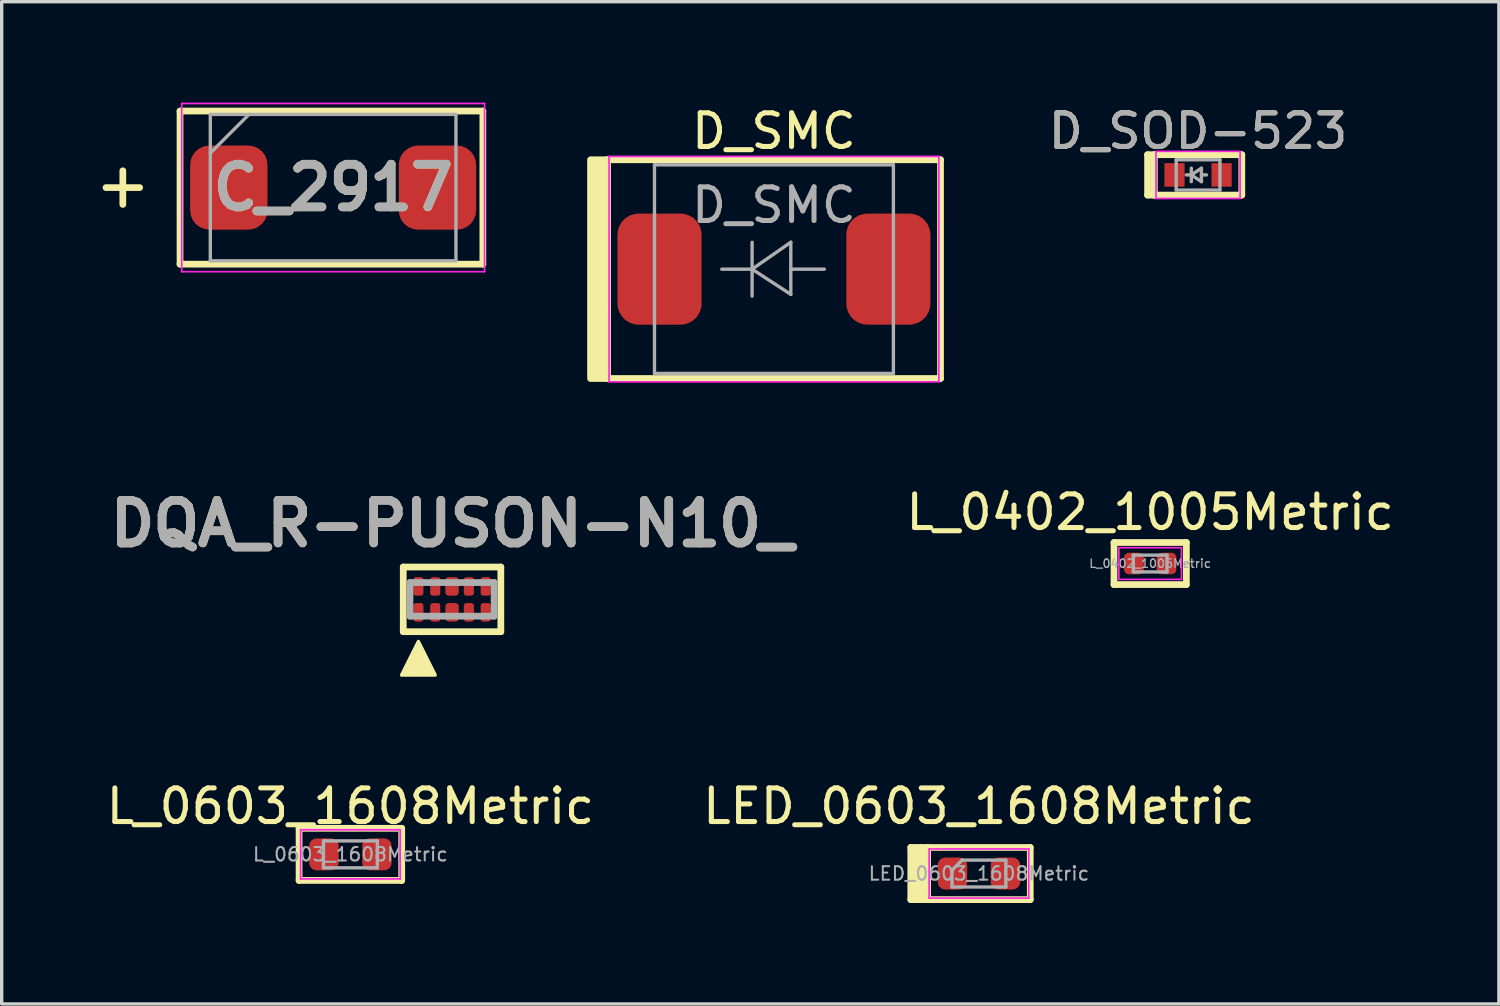
<source format=kicad_pcb>
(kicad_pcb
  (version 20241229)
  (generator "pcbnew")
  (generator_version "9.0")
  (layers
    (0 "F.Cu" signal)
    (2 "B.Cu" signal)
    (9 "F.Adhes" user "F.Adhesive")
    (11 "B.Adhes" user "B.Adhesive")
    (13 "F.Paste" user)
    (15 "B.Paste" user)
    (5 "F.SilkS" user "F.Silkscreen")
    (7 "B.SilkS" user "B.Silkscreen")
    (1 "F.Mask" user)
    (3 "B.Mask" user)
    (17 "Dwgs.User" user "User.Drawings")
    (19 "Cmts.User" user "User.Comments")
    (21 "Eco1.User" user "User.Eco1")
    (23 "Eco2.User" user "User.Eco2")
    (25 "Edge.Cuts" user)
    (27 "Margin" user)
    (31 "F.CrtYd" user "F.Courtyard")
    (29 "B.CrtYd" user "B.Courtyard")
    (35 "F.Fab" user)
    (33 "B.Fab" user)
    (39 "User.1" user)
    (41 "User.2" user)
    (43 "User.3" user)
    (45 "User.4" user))
  (footprint "LED_0603_1608Metric"
    (layer "F.Cu")
    (at 26.042 22.91)
    (property "Reference" "LED_0603_1608Metric" (at 0 -2 0) (layer "F.SilkS") (effects (font (size 1 1) (thickness 0.15))))
    (attr smd)
    (fp_line (start -2.025 -0.775) (end -2.025 0.775) (stroke (width 0.2) (type solid)) (layer "F.SilkS"))
    (fp_line (start -2.025 0.775) (end 1.525 0.775) (stroke (width 0.2) (type solid)) (layer "F.SilkS"))
    (fp_line (start -1.85 -0.775) (end -1.85 0.775) (stroke (width 0.2) (type solid)) (layer "F.SilkS"))
    (fp_line (start -1.7 -0.775) (end -1.7 0.775) (stroke (width 0.2) (type solid)) (layer "F.SilkS"))
    (fp_line (start -1.525 -0.775) (end -2.025 -0.775) (stroke (width 0.2) (type solid)) (layer "F.SilkS"))
    (fp_line (start -1.525 -0.775) (end -1.525 0.775) (stroke (width 0.2) (type solid)) (layer "F.SilkS"))
    (fp_line (start 1.525 -0.775) (end -1.5 -0.775) (stroke (width 0.2) (type solid)) (layer "F.SilkS"))
    (fp_line (start 1.525 -0.775) (end 1.525 0.775) (stroke (width 0.2) (type solid)) (layer "F.SilkS"))
    (fp_line (start -1.48 -0.73) (end 1.48 -0.73) (stroke (width 0.05) (type solid)) (layer "F.CrtYd"))
    (fp_line (start -1.48 0.73) (end -1.48 -0.73) (stroke (width 0.05) (type solid)) (layer "F.CrtYd"))
    (fp_line (start 1.48 -0.73) (end 1.48 0.73) (stroke (width 0.05) (type solid)) (layer "F.CrtYd"))
    (fp_line (start 1.48 0.73) (end -1.48 0.73) (stroke (width 0.05) (type solid)) (layer "F.CrtYd"))
    (fp_line (start -0.8 -0.1) (end -0.8 0.4) (stroke (width 0.1) (type solid)) (layer "F.Fab"))
    (fp_line (start -0.8 0.4) (end 0.8 0.4) (stroke (width 0.1) (type solid)) (layer "F.Fab"))
    (fp_line (start -0.5 -0.4) (end -0.8 -0.1) (stroke (width 0.1) (type solid)) (layer "F.Fab"))
    (fp_line (start 0.8 -0.4) (end -0.5 -0.4) (stroke (width 0.1) (type solid)) (layer "F.Fab"))
    (fp_line (start 0.8 0.4) (end 0.8 -0.4) (stroke (width 0.1) (type solid)) (layer "F.Fab"))
    (fp_text user "${REFERENCE}" (at 0 0 0) (layer "F.Fab") (effects (font (size 0.4 0.4) (thickness 0.06))))
    (pad "1" smd roundrect (at -0.787 0) (size 0.875 0.95) (layers "F.Cu" "F.Mask" "F.Paste") (roundrect_rratio 0.25))
    (pad "2" smd roundrect (at 0.787 0) (size 0.875 0.95) (layers "F.Cu" "F.Mask" "F.Paste") (roundrect_rratio 0.25)))
  (footprint "L_0402_1005Metric"
    (layer "F.Cu")
    (at 31.131 13.697)
    (property "Reference" "L_0402_1005Metric" (at 0 -1.525 0) (layer "F.SilkS") (effects (font (size 1 1) (thickness 0.15))))
    (attr smd)
    (fp_line (start -1.075 -0.625) (end 1.075 -0.625) (stroke (width 0.2) (type solid)) (layer "F.SilkS"))
    (fp_line (start -1.075 0.625) (end -1.075 -0.625) (stroke (width 0.2) (type solid)) (layer "F.SilkS"))
    (fp_line (start 1.075 -0.625) (end 1.075 0.625) (stroke (width 0.2) (type solid)) (layer "F.SilkS"))
    (fp_line (start 1.075 0.625) (end -1.075 0.625) (stroke (width 0.2) (type solid)) (layer "F.SilkS"))
    (fp_line (start -0.93 -0.47) (end 0.93 -0.47) (stroke (width 0.05) (type solid)) (layer "F.CrtYd"))
    (fp_line (start -0.93 0.47) (end -0.93 -0.47) (stroke (width 0.05) (type solid)) (layer "F.CrtYd"))
    (fp_line (start 0.93 -0.47) (end 0.93 0.47) (stroke (width 0.05) (type solid)) (layer "F.CrtYd"))
    (fp_line (start 0.93 0.47) (end -0.93 0.47) (stroke (width 0.05) (type solid)) (layer "F.CrtYd"))
    (fp_line (start -0.5 -0.25) (end 0.5 -0.25) (stroke (width 0.1) (type solid)) (layer "F.Fab"))
    (fp_line (start -0.5 0.25) (end -0.5 -0.25) (stroke (width 0.1) (type solid)) (layer "F.Fab"))
    (fp_line (start 0.5 -0.25) (end 0.5 0.25) (stroke (width 0.1) (type solid)) (layer "F.Fab"))
    (fp_line (start 0.5 0.25) (end -0.5 0.25) (stroke (width 0.1) (type solid)) (layer "F.Fab"))
    (fp_text user "${REFERENCE}" (at 0 0 0) (layer "F.Fab") (effects (font (size 0.25 0.25) (thickness 0.04))))
    (pad "1" smd roundrect (at -0.485 0) (size 0.59 0.64) (layers "F.Cu" "F.Mask" "F.Paste") (roundrect_rratio 0.25))
    (pad "2" smd roundrect (at 0.485 0) (size 0.59 0.64) (layers "F.Cu" "F.Mask" "F.Paste") (roundrect_rratio 0.25)))
  (footprint "C_2917"
    (layer "F.Cu")
    (at 6.85 2.525)
    (property "Reference" "C_2917" (at 0 0 0) (layer "F.SilkS") (effects (font (size 1.27 1.27) (thickness 0.254))))
    (attr smd)
    (fp_line (start -6.75 0) (end -5.75 0) (stroke (width 0.2) (type solid)) (layer "F.SilkS"))
    (fp_line (start -6.25 -0.5) (end -6.25 0.5) (stroke (width 0.2) (type solid)) (layer "F.SilkS"))
    (fp_line (start -4.55 -2.275) (end -4.55 2.275) (stroke (width 0.2) (type solid)) (layer "F.SilkS"))
    (fp_line (start -4.55 2.275) (end 4.45 2.275) (stroke (width 0.2) (type solid)) (layer "F.SilkS"))
    (fp_line (start 4.45 -2.275) (end -4.55 -2.275) (stroke (width 0.2) (type solid)) (layer "F.SilkS"))
    (fp_line (start 4.45 -2.275) (end 4.45 2.275) (stroke (width 0.2) (type solid)) (layer "F.SilkS"))
    (fp_line (start -4.5 -2.5) (end 4.5 -2.5) (stroke (width 0.05) (type solid)) (layer "F.CrtYd"))
    (fp_line (start -4.5 2.5) (end -4.5 -2.5) (stroke (width 0.05) (type solid)) (layer "F.CrtYd"))
    (fp_line (start 4.5 -2.5) (end 4.5 2.5) (stroke (width 0.05) (type solid)) (layer "F.CrtYd"))
    (fp_line (start 4.5 2.5) (end -4.5 2.5) (stroke (width 0.05) (type solid)) (layer "F.CrtYd"))
    (fp_line (start -3.65 -2.175) (end 3.65 -2.175) (stroke (width 0.1) (type solid)) (layer "F.Fab"))
    (fp_line (start -3.65 -1.025) (end -2.5 -2.175) (stroke (width 0.1) (type solid)) (layer "F.Fab"))
    (fp_line (start -3.65 2.175) (end -3.65 -2.175) (stroke (width 0.1) (type solid)) (layer "F.Fab"))
    (fp_line (start 3.65 -2.175) (end 3.65 2.175) (stroke (width 0.1) (type solid)) (layer "F.Fab"))
    (fp_line (start 3.65 2.175) (end -3.65 2.175) (stroke (width 0.1) (type solid)) (layer "F.Fab"))
    (fp_text user "${REFERENCE}" (at 0 0 0) (layer "F.Fab") (effects (font (size 1.27 1.27) (thickness 0.254))))
    (pad "1" smd roundrect (at -3.1 0) (size 2.3 2.5) (layers "F.Cu" "F.Mask" "F.Paste") (roundrect_rratio 0.25))
    (pad "2" smd roundrect (at 3.1 0) (size 2.3 2.5) (layers "F.Cu" "F.Mask" "F.Paste") (roundrect_rratio 0.25)))
  (footprint "DQA_R-PUSON-N10_"
    (layer "F.Cu")
    (at 10.384 14.762)
    (property "Reference" "DQA_R-PUSON-N10_" (at 0 -2.25 0) (layer "F.SilkS") (effects (font (size 1.27 1.27) (thickness 0.254))))
    (attr smd)
    (fp_line (start -1.45 -0.96) (end 1.45 -0.96) (stroke (width 0.2) (type solid)) (layer "F.SilkS"))
    (fp_line (start -1.45 0.96) (end -1.45 -0.96) (stroke (width 0.2) (type solid)) (layer "F.SilkS"))
    (fp_line (start -1.45 0.96) (end 1.45 0.96) (stroke (width 0.2) (type solid)) (layer "F.SilkS"))
    (fp_line (start 1.45 -0.96) (end 1.45 0.96) (stroke (width 0.2) (type solid)) (layer "F.SilkS"))
    (fp_poly (pts (xy -0.5 2.25) (xy -1.5 2.25) (xy -1 1.25)) (stroke (width 0.1) (type solid)) (fill yes) (layer "F.SilkS"))
    (fp_line (start -1.25 -0.5) (end 1.25 -0.5) (stroke (width 0.2) (type solid)) (layer "F.Fab"))
    (fp_line (start -1.25 0.5) (end -1.25 -0.5) (stroke (width 0.2) (type solid)) (layer "F.Fab"))
    (fp_line (start 1.25 -0.5) (end 1.25 0.5) (stroke (width 0.2) (type solid)) (layer "F.Fab"))
    (fp_line (start 1.25 0.5) (end -1.25 0.5) (stroke (width 0.2) (type solid)) (layer "F.Fab"))
    (fp_text user "${REFERENCE}" (at 0 -2.25 0) (layer "F.Fab") (effects (font (size 1.27 1.27) (thickness 0.254))))
    (pad "1" smd roundrect (at -1 0.385) (size 0.3 0.55) (layers "F.Cu" "F.Mask" "F.Paste") (roundrect_rratio 0.25))
    (pad "2" smd roundrect (at -0.5 0.385) (size 0.3 0.55) (layers "F.Cu" "F.Mask" "F.Paste") (roundrect_rratio 0.25))
    (pad "3" smd roundrect (at 0 0.385) (size 0.4 0.55) (layers "F.Cu" "F.Mask" "F.Paste") (roundrect_rratio 0.25))
    (pad "4" smd roundrect (at 0.5 0.385) (size 0.3 0.55) (layers "F.Cu" "F.Mask" "F.Paste") (roundrect_rratio 0.25))
    (pad "5" smd roundrect (at 1 0.385) (size 0.3 0.55) (layers "F.Cu" "F.Mask" "F.Paste") (roundrect_rratio 0.25))
    (pad "6" smd roundrect (at 1 -0.385) (size 0.3 0.55) (layers "F.Cu" "F.Mask" "F.Paste") (roundrect_rratio 0.25))
    (pad "7" smd roundrect (at 0.5 -0.385) (size 0.3 0.55) (layers "F.Cu" "F.Mask" "F.Paste") (roundrect_rratio 0.25))
    (pad "8" smd roundrect (at 0 -0.385) (size 0.4 0.55) (layers "F.Cu" "F.Mask" "F.Paste") (roundrect_rratio 0.25))
    (pad "9" smd roundrect (at -0.5 -0.385) (size 0.3 0.55) (layers "F.Cu" "F.Mask" "F.Paste") (roundrect_rratio 0.25))
    (pad "10" smd roundrect (at -1 -0.385) (size 0.3 0.55) (layers "F.Cu" "F.Mask" "F.Paste") (roundrect_rratio 0.25)))
  (footprint "L_0603_1608Metric"
    (layer "F.Cu")
    (at 7.363 22.34)
    (property "Reference" "L_0603_1608Metric" (at 0 -1.43 0) (layer "F.SilkS") (effects (font (size 1 1) (thickness 0.15))))
    (attr smd)
    (fp_line (start -1.525 -0.775) (end -1.525 0.775) (stroke (width 0.2) (type solid)) (layer "F.SilkS"))
    (fp_line (start -1.525 -0.775) (end 1.525 -0.775) (stroke (width 0.2) (type solid)) (layer "F.SilkS"))
    (fp_line (start -1.525 0.775) (end 1.525 0.775) (stroke (width 0.2) (type solid)) (layer "F.SilkS"))
    (fp_line (start 1.525 -0.775) (end 1.525 0.775) (stroke (width 0.2) (type solid)) (layer "F.SilkS"))
    (fp_line (start -1.48 -0.73) (end 1.48 -0.73) (stroke (width 0.05) (type solid)) (layer "F.CrtYd"))
    (fp_line (start -1.48 0.73) (end -1.48 -0.73) (stroke (width 0.05) (type solid)) (layer "F.CrtYd"))
    (fp_line (start 1.48 -0.73) (end 1.48 0.73) (stroke (width 0.05) (type solid)) (layer "F.CrtYd"))
    (fp_line (start 1.48 0.73) (end -1.48 0.73) (stroke (width 0.05) (type solid)) (layer "F.CrtYd"))
    (fp_line (start -0.8 -0.4) (end 0.8 -0.4) (stroke (width 0.1) (type solid)) (layer "F.Fab"))
    (fp_line (start -0.8 0.4) (end -0.8 -0.4) (stroke (width 0.1) (type solid)) (layer "F.Fab"))
    (fp_line (start 0.8 -0.4) (end 0.8 0.4) (stroke (width 0.1) (type solid)) (layer "F.Fab"))
    (fp_line (start 0.8 0.4) (end -0.8 0.4) (stroke (width 0.1) (type solid)) (layer "F.Fab"))
    (fp_text user "${REFERENCE}" (at 0 0 0) (layer "F.Fab") (effects (font (size 0.4 0.4) (thickness 0.06))))
    (pad "1" smd roundrect (at -0.787 0) (size 0.875 0.95) (layers "F.Cu" "F.Mask" "F.Paste") (roundrect_rratio 0.25))
    (pad "2" smd roundrect (at 0.787 0) (size 0.875 0.95) (layers "F.Cu" "F.Mask" "F.Paste") (roundrect_rratio 0.25)))
  (footprint "D_SMC"
    (layer "F.Cu")
    (at 19.95 4.948)
    (property "Reference" "D_SMC" (at 0 -4.1 0) (layer "F.SilkS") (effects (font (size 1 1) (thickness 0.15))))
    (attr smd)
    (fp_line (start -4.95 -3.25) (end 4.95 -3.25) (stroke (width 0.2) (type solid)) (layer "F.SilkS"))
    (fp_line (start -4.95 3.25) (end -4.95 -3.25) (stroke (width 0.2) (type solid)) (layer "F.SilkS"))
    (fp_line (start -4.95 3.25) (end 4.95 3.25) (stroke (width 0.2) (type solid)) (layer "F.SilkS"))
    (fp_line (start 4.95 -3.25) (end 4.95 3.25) (stroke (width 0.2) (type solid)) (layer "F.SilkS"))
    (fp_poly (pts (xy -4.95 3.25) (xy -5.45 3.25) (xy -5.45 -3.25) (xy -4.95 -3.25)) (stroke (width 0.2) (type solid)) (fill yes) (layer "F.SilkS"))
    (fp_line (start -4.9 -3.35) (end 4.9 -3.35) (stroke (width 0.05) (type solid)) (layer "F.CrtYd"))
    (fp_line (start -4.9 3.35) (end -4.9 -3.35) (stroke (width 0.05) (type solid)) (layer "F.CrtYd"))
    (fp_line (start 4.9 -3.35) (end 4.9 3.35) (stroke (width 0.05) (type solid)) (layer "F.CrtYd"))
    (fp_line (start 4.9 3.35) (end -4.9 3.35) (stroke (width 0.05) (type solid)) (layer "F.CrtYd"))
    (fp_line (start -3.55 3.1) (end -3.55 -3.1) (stroke (width 0.1) (type solid)) (layer "F.Fab"))
    (fp_line (start -0.649 -0.799) (end -0.649 0.801) (stroke (width 0.1) (type solid)) (layer "F.Fab"))
    (fp_line (start -0.649 0.001) (end -1.551 0.001) (stroke (width 0.1) (type solid)) (layer "F.Fab"))
    (fp_line (start -0.649 0.001) (end 0.501 -0.799) (stroke (width 0.1) (type solid)) (layer "F.Fab"))
    (fp_line (start -0.649 0.001) (end 0.501 0.75) (stroke (width 0.1) (type solid)) (layer "F.Fab"))
    (fp_line (start 0.501 0.001) (end 1.499 0.001) (stroke (width 0.1) (type solid)) (layer "F.Fab"))
    (fp_line (start 0.501 0.75) (end 0.501 -0.799) (stroke (width 0.1) (type solid)) (layer "F.Fab"))
    (fp_line (start 3.55 -3.1) (end -3.55 -3.1) (stroke (width 0.1) (type solid)) (layer "F.Fab"))
    (fp_line (start 3.55 -3.1) (end 3.55 3.1) (stroke (width 0.1) (type solid)) (layer "F.Fab"))
    (fp_line (start 3.55 3.1) (end -3.55 3.1) (stroke (width 0.1) (type solid)) (layer "F.Fab"))
    (fp_text user "${REFERENCE}" (at 0 -1.9 0) (layer "F.Fab") (effects (font (size 1 1) (thickness 0.15))))
    (pad "1" smd roundrect (at -3.4 0 90) (size 3.3 2.5) (layers "F.Cu" "F.Mask" "F.Paste") (roundrect_rratio 0.25))
    (pad "2" smd roundrect (at 3.4 0 90) (size 3.3 2.5) (layers "F.Cu" "F.Mask" "F.Paste") (roundrect_rratio 0.25)))
  (footprint "D_SOD-523"
    (layer "F.Cu")
    (at 32.554 2.148)
    (property "Reference" "D_SOD-523" (at 0 -1.3 0) (layer "F.SilkS") (effects (font (size 1 1) (thickness 0.15))))
    (attr smd)
    (fp_line (start -1.5 -0.6) (end -1.5 0.6) (stroke (width 0.2) (type solid)) (layer "F.SilkS"))
    (fp_line (start -1.3 -0.6) (end -1.5 -0.6) (stroke (width 0.2) (type solid)) (layer "F.SilkS"))
    (fp_line (start -1.3 -0.6) (end -1.3 0.6) (stroke (width 0.2) (type solid)) (layer "F.SilkS"))
    (fp_line (start -1.3 0.6) (end -1.5 0.6) (stroke (width 0.2) (type solid)) (layer "F.SilkS"))
    (fp_line (start 1.3 -0.6) (end -1.3 -0.6) (stroke (width 0.2) (type solid)) (layer "F.SilkS"))
    (fp_line (start 1.3 -0.6) (end 1.3 0.6) (stroke (width 0.2) (type solid)) (layer "F.SilkS"))
    (fp_line (start 1.3 0.6) (end -1.3 0.6) (stroke (width 0.2) (type solid)) (layer "F.SilkS"))
    (fp_line (start -1.25 -0.7) (end 1.25 -0.7) (stroke (width 0.05) (type solid)) (layer "F.CrtYd"))
    (fp_line (start -1.25 0.7) (end -1.25 -0.7) (stroke (width 0.05) (type solid)) (layer "F.CrtYd"))
    (fp_line (start 1.25 -0.7) (end 1.25 0.7) (stroke (width 0.05) (type solid)) (layer "F.CrtYd"))
    (fp_line (start 1.25 0.7) (end -1.25 0.7) (stroke (width 0.05) (type solid)) (layer "F.CrtYd"))
    (fp_line (start -0.65 -0.45) (end 0.65 -0.45) (stroke (width 0.1) (type solid)) (layer "F.Fab"))
    (fp_line (start -0.65 0.45) (end -0.65 -0.45) (stroke (width 0.1) (type solid)) (layer "F.Fab"))
    (fp_line (start -0.2 0) (end -0.35 0) (stroke (width 0.1) (type solid)) (layer "F.Fab"))
    (fp_line (start -0.2 0) (end 0.1 0.2) (stroke (width 0.1) (type solid)) (layer "F.Fab"))
    (fp_line (start -0.2 0.2) (end -0.2 -0.2) (stroke (width 0.1) (type solid)) (layer "F.Fab"))
    (fp_line (start 0.1 -0.2) (end -0.2 0) (stroke (width 0.1) (type solid)) (layer "F.Fab"))
    (fp_line (start 0.1 0) (end 0.25 0) (stroke (width 0.1) (type solid)) (layer "F.Fab"))
    (fp_line (start 0.1 0.2) (end 0.1 -0.2) (stroke (width 0.1) (type solid)) (layer "F.Fab"))
    (fp_line (start 0.65 -0.45) (end 0.65 0.45) (stroke (width 0.1) (type solid)) (layer "F.Fab"))
    (fp_line (start 0.65 0.45) (end -0.65 0.45) (stroke (width 0.1) (type solid)) (layer "F.Fab"))
    (fp_text user "${REFERENCE}" (at 0 -1.3 0) (layer "F.Fab") (effects (font (size 1 1) (thickness 0.15))))
    (pad "1" smd rect (at -0.7 0 180) (size 0.6 0.7) (layers "F.Cu" "F.Mask" "F.Paste"))
    (pad "2" smd rect (at 0.7 0 180) (size 0.6 0.7) (layers "F.Cu" "F.Mask" "F.Paste")))
  (gr_rect
    (start -3 -3)
    (end 41.494 26.785)
    (stroke (width 0.1) (type default))
    (fill no)
    (layer "Edge.Cuts")))
</source>
